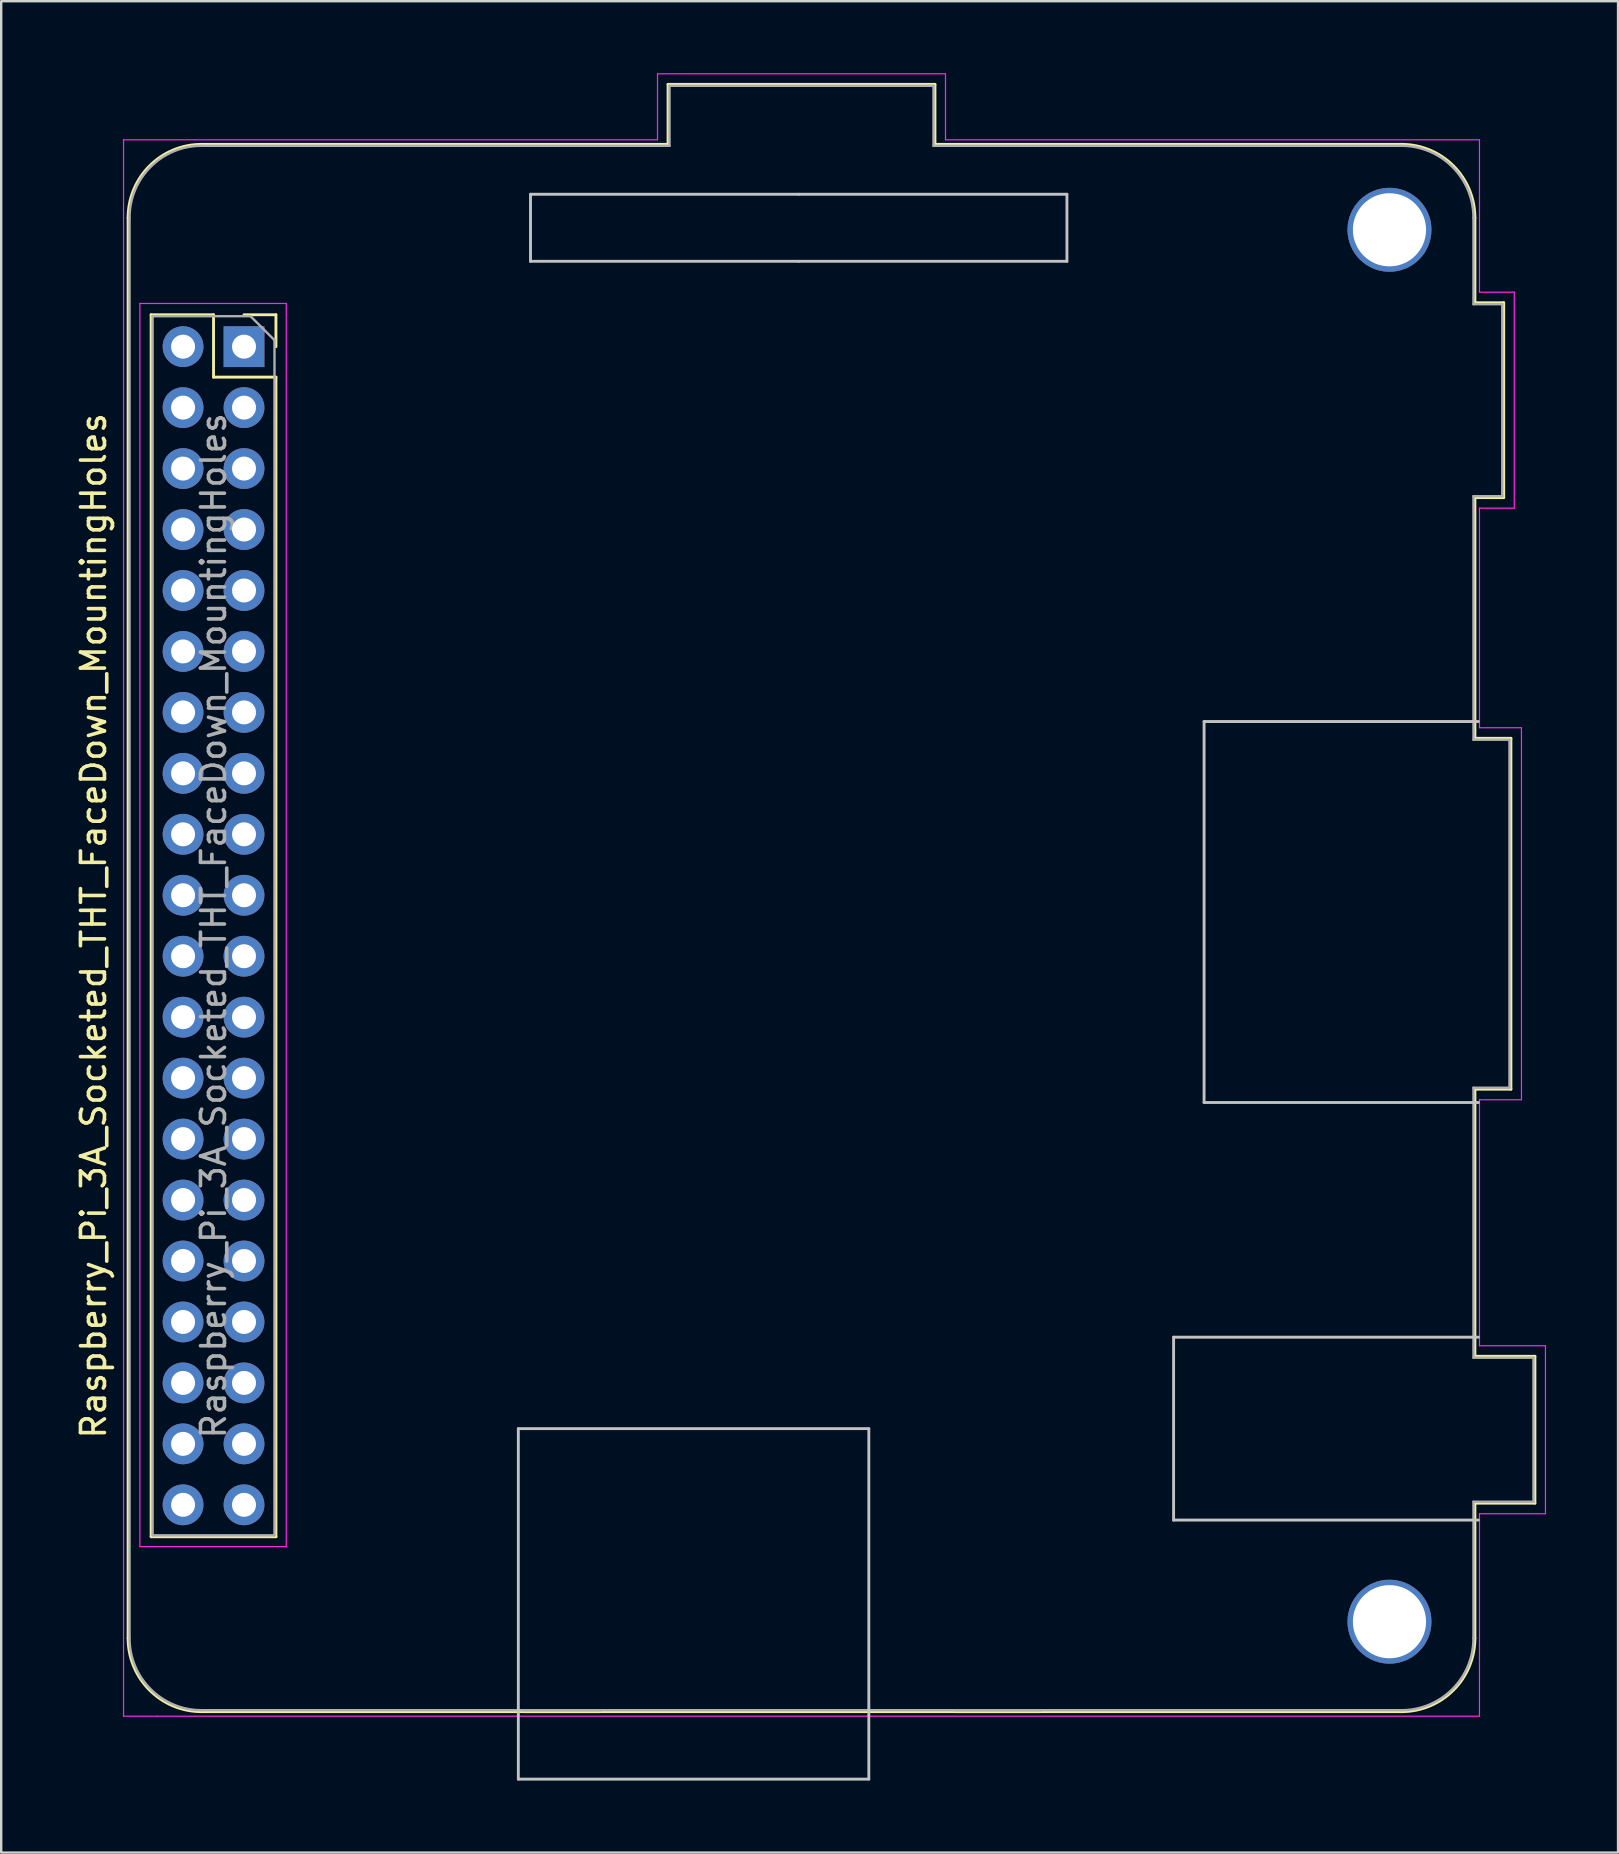
<source format=kicad_pcb>
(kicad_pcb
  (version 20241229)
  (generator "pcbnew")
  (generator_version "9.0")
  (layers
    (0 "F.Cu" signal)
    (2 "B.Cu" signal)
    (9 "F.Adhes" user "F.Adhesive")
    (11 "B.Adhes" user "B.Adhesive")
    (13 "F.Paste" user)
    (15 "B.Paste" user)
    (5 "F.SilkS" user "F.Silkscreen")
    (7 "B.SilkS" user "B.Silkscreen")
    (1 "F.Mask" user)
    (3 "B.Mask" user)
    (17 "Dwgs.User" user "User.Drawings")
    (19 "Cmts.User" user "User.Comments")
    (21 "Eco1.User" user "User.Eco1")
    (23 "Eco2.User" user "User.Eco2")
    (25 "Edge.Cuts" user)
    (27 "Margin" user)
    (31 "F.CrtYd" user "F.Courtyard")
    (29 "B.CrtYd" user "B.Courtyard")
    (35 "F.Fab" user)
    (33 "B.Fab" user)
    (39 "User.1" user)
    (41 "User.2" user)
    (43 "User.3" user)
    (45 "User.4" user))
  (footprint "Raspberry_Pi_3A_Socketed_THT_FaceDown_MountingHoles"
    (layer "F.Cu")
    (at 7.118 11.395)
    (property "Reference" "Raspberry_Pi_3A_Socketed_THT_FaceDown_MountingHoles" (at -6.27 24.13 90) (layer "F.SilkS") (effects (font (size 1 1) (thickness 0.15))))
    (attr through_hole)
    (fp_line (start -4.83 53.818) (end -4.83 -5.37) (stroke (width 0.12) (type solid)) (layer "F.SilkS"))
    (fp_line (start -3.87 -1.33) (end -3.87 49.59) (stroke (width 0.12) (type solid)) (layer "F.SilkS"))
    (fp_line (start -3.87 -1.33) (end -1.27 -1.33) (stroke (width 0.12) (type solid)) (layer "F.SilkS"))
    (fp_line (start -3.87 49.59) (end 1.33 49.59) (stroke (width 0.12) (type solid)) (layer "F.SilkS"))
    (fp_line (start -1.77 -8.43) (end 17.67 -8.43) (stroke (width 0.12) (type solid)) (layer "F.SilkS"))
    (fp_line (start -1.27 -1.33) (end -1.27 1.27) (stroke (width 0.12) (type solid)) (layer "F.SilkS"))
    (fp_line (start -1.27 1.27) (end 1.33 1.27) (stroke (width 0.12) (type solid)) (layer "F.SilkS"))
    (fp_line (start 0 -1.33) (end 1.33 -1.33) (stroke (width 0.12) (type solid)) (layer "F.SilkS"))
    (fp_line (start 1.33 -1.33) (end 1.33 0) (stroke (width 0.12) (type solid)) (layer "F.SilkS"))
    (fp_line (start 1.33 1.27) (end 1.33 49.59) (stroke (width 0.12) (type solid)) (layer "F.SilkS"))
    (fp_line (start 14.82 56.878) (end 11.64 56.878) (stroke (width 0.12) (type solid)) (layer "F.SilkS"))
    (fp_line (start 17.67 -10.93) (end 17.67 -8.43) (stroke (width 0.12) (type solid)) (layer "F.SilkS"))
    (fp_line (start 28.79 -10.93) (end 17.67 -10.93) (stroke (width 0.12) (type solid)) (layer "F.SilkS"))
    (fp_line (start 28.79 -8.43) (end 28.79 -10.93) (stroke (width 0.12) (type solid)) (layer "F.SilkS"))
    (fp_line (start 33.17 56.878) (end 29.64 56.878) (stroke (width 0.12) (type solid)) (layer "F.SilkS"))
    (fp_line (start 48.23 -8.43) (end 28.79 -8.43) (stroke (width 0.12) (type solid)) (layer "F.SilkS"))
    (fp_line (start 48.23 56.878) (end -1.77 56.878) (stroke (width 0.12) (type solid)) (layer "F.SilkS"))
    (fp_line (start 51.29 -5.37) (end 51.29 -1.83) (stroke (width 0.12) (type solid)) (layer "F.SilkS"))
    (fp_line (start 51.29 -1.83) (end 52.49 -1.83) (stroke (width 0.12) (type solid)) (layer "F.SilkS"))
    (fp_line (start 51.29 6.29) (end 51.29 16.32) (stroke (width 0.12) (type solid)) (layer "F.SilkS"))
    (fp_line (start 51.29 16.32) (end 52.79 16.32) (stroke (width 0.12) (type solid)) (layer "F.SilkS"))
    (fp_line (start 51.29 30.94) (end 51.29 42.07) (stroke (width 0.12) (type solid)) (layer "F.SilkS"))
    (fp_line (start 51.29 42.07) (end 53.79 42.07) (stroke (width 0.12) (type solid)) (layer "F.SilkS"))
    (fp_line (start 51.29 48.19) (end 51.29 53.818) (stroke (width 0.12) (type solid)) (layer "F.SilkS"))
    (fp_line (start 52.49 -1.83) (end 52.49 6.29) (stroke (width 0.12) (type solid)) (layer "F.SilkS"))
    (fp_line (start 52.49 6.29) (end 51.29 6.29) (stroke (width 0.12) (type solid)) (layer "F.SilkS"))
    (fp_line (start 52.79 16.32) (end 52.79 30.94) (stroke (width 0.12) (type solid)) (layer "F.SilkS"))
    (fp_line (start 52.79 30.94) (end 51.29 30.94) (stroke (width 0.12) (type solid)) (layer "F.SilkS"))
    (fp_line (start 53.79 42.07) (end 53.79 48.19) (stroke (width 0.12) (type solid)) (layer "F.SilkS"))
    (fp_line (start 53.79 48.19) (end 51.29 48.19) (stroke (width 0.12) (type solid)) (layer "F.SilkS"))
    (fp_arc (start -4.83 -5.37) (mid -3.933747 -7.533747) (end -1.77 -8.43) (stroke (width 0.12) (type solid)) (layer "F.SilkS"))
    (fp_arc (start -1.77 56.878) (mid -3.933747 55.981747) (end -4.83 53.818) (stroke (width 0.12) (type solid)) (layer "F.SilkS"))
    (fp_arc (start 48.23 -8.43) (mid 50.393747 -7.533747) (end 51.29 -5.37) (stroke (width 0.12) (type solid)) (layer "F.SilkS"))
    (fp_arc (start 51.29 53.818) (mid 50.393747 55.981747) (end 48.23 56.878) (stroke (width 0.12) (type solid)) (layer "F.SilkS"))
    (fp_line (start 11.43 45.085) (end 11.43 59.69) (stroke (width 0.12) (type solid)) (layer "Dwgs.User"))
    (fp_line (start 11.43 59.69) (end 26.035 59.69) (stroke (width 0.12) (type solid)) (layer "Dwgs.User"))
    (fp_line (start 11.938 -6.35) (end 11.938 -3.556) (stroke (width 0.12) (type solid)) (layer "Dwgs.User"))
    (fp_line (start 11.938 -3.556) (end 23.114 -3.556) (stroke (width 0.12) (type solid)) (layer "Dwgs.User"))
    (fp_line (start 23.114 -6.35) (end 11.938 -6.35) (stroke (width 0.12) (type solid)) (layer "Dwgs.User"))
    (fp_line (start 23.114 -3.556) (end 34.29 -3.556) (stroke (width 0.12) (type solid)) (layer "Dwgs.User"))
    (fp_line (start 26.035 45.085) (end 11.43 45.085) (stroke (width 0.12) (type solid)) (layer "Dwgs.User"))
    (fp_line (start 26.035 59.69) (end 26.035 45.085) (stroke (width 0.12) (type solid)) (layer "Dwgs.User"))
    (fp_line (start 34.29 -6.35) (end 23.114 -6.35) (stroke (width 0.12) (type solid)) (layer "Dwgs.User"))
    (fp_line (start 34.29 -3.556) (end 34.29 -6.35) (stroke (width 0.12) (type solid)) (layer "Dwgs.User"))
    (fp_line (start 38.735 41.275) (end 38.735 48.895) (stroke (width 0.12) (type solid)) (layer "Dwgs.User"))
    (fp_line (start 38.735 48.895) (end 51.435 48.895) (stroke (width 0.12) (type solid)) (layer "Dwgs.User"))
    (fp_line (start 40.005 15.621) (end 40.005 31.496) (stroke (width 0.12) (type solid)) (layer "Dwgs.User"))
    (fp_line (start 40.005 31.496) (end 51.435 31.496) (stroke (width 0.12) (type solid)) (layer "Dwgs.User"))
    (fp_line (start 51.435 15.621) (end 40.005 15.621) (stroke (width 0.12) (type solid)) (layer "Dwgs.User"))
    (fp_line (start 51.435 41.275) (end 38.735 41.275) (stroke (width 0.12) (type solid)) (layer "Dwgs.User"))
    (fp_line (start -5.02 -8.62) (end 17.23 -8.62) (stroke (width 0.05) (type solid)) (layer "F.CrtYd"))
    (fp_line (start -5.02 57.068) (end -5.02 -8.62) (stroke (width 0.05) (type solid)) (layer "F.CrtYd"))
    (fp_line (start -4.34 -1.8) (end 1.76 -1.8) (stroke (width 0.05) (type solid)) (layer "F.CrtYd"))
    (fp_line (start -4.34 50) (end -4.34 -1.8) (stroke (width 0.05) (type solid)) (layer "F.CrtYd"))
    (fp_line (start -3.62 57.068) (end -5.02 57.068) (stroke (width 0.05) (type solid)) (layer "F.CrtYd"))
    (fp_line (start 1.76 -1.8) (end 1.76 50) (stroke (width 0.05) (type solid)) (layer "F.CrtYd"))
    (fp_line (start 1.76 50) (end -4.34 50) (stroke (width 0.05) (type solid)) (layer "F.CrtYd"))
    (fp_line (start 17.23 -11.37) (end 29.23 -11.37) (stroke (width 0.05) (type solid)) (layer "F.CrtYd"))
    (fp_line (start 17.23 -8.62) (end 17.23 -11.37) (stroke (width 0.05) (type solid)) (layer "F.CrtYd"))
    (fp_line (start 29.23 -11.37) (end 29.23 -8.62) (stroke (width 0.05) (type solid)) (layer "F.CrtYd"))
    (fp_line (start 29.23 -8.62) (end 51.48 -8.62) (stroke (width 0.05) (type solid)) (layer "F.CrtYd"))
    (fp_line (start 51.48 -8.62) (end 51.48 -2.27) (stroke (width 0.05) (type solid)) (layer "F.CrtYd"))
    (fp_line (start 51.48 -2.27) (end 52.93 -2.27) (stroke (width 0.05) (type solid)) (layer "F.CrtYd"))
    (fp_line (start 51.48 6.73) (end 51.48 15.88) (stroke (width 0.05) (type solid)) (layer "F.CrtYd"))
    (fp_line (start 51.48 15.88) (end 53.23 15.88) (stroke (width 0.05) (type solid)) (layer "F.CrtYd"))
    (fp_line (start 51.48 31.38) (end 51.48 41.63) (stroke (width 0.05) (type solid)) (layer "F.CrtYd"))
    (fp_line (start 51.48 41.63) (end 54.23 41.63) (stroke (width 0.05) (type solid)) (layer "F.CrtYd"))
    (fp_line (start 51.48 48.63) (end 51.48 57.068) (stroke (width 0.05) (type solid)) (layer "F.CrtYd"))
    (fp_line (start 51.48 57.068) (end -3.62 57.068) (stroke (width 0.05) (type solid)) (layer "F.CrtYd"))
    (fp_line (start 52.93 -2.27) (end 52.93 6.73) (stroke (width 0.05) (type solid)) (layer "F.CrtYd"))
    (fp_line (start 52.93 6.73) (end 51.48 6.73) (stroke (width 0.05) (type solid)) (layer "F.CrtYd"))
    (fp_line (start 53.23 15.88) (end 53.23 31.38) (stroke (width 0.05) (type solid)) (layer "F.CrtYd"))
    (fp_line (start 53.23 31.38) (end 51.48 31.38) (stroke (width 0.05) (type solid)) (layer "F.CrtYd"))
    (fp_line (start 54.23 41.63) (end 54.23 48.63) (stroke (width 0.05) (type solid)) (layer "F.CrtYd"))
    (fp_line (start 54.23 48.63) (end 51.48 48.63) (stroke (width 0.05) (type solid)) (layer "F.CrtYd"))
    (fp_line (start -4.77 53.818) (end -4.77 -5.37) (stroke (width 0.1) (type solid)) (layer "F.Fab"))
    (fp_line (start -3.81 -1.27) (end 0.27 -1.27) (stroke (width 0.1) (type solid)) (layer "F.Fab"))
    (fp_line (start -3.81 49.53) (end -3.81 -1.27) (stroke (width 0.1) (type solid)) (layer "F.Fab"))
    (fp_line (start -1.77 -8.37) (end 17.73 -8.37) (stroke (width 0.1) (type solid)) (layer "F.Fab"))
    (fp_line (start -1.77 56.818) (end 48.23 56.818) (stroke (width 0.1) (type solid)) (layer "F.Fab"))
    (fp_line (start 0.27 -1.27) (end 1.27 -0.27) (stroke (width 0.1) (type solid)) (layer "F.Fab"))
    (fp_line (start 1.27 -0.27) (end 1.27 49.53) (stroke (width 0.1) (type solid)) (layer "F.Fab"))
    (fp_line (start 1.27 49.53) (end -3.81 49.53) (stroke (width 0.1) (type solid)) (layer "F.Fab"))
    (fp_line (start 11.58 56.818) (end 14.88 56.818) (stroke (width 0.1) (type solid)) (layer "F.Fab"))
    (fp_line (start 17.73 -10.87) (end 17.73 -8.37) (stroke (width 0.1) (type solid)) (layer "F.Fab"))
    (fp_line (start 28.73 -10.87) (end 17.73 -10.87) (stroke (width 0.1) (type solid)) (layer "F.Fab"))
    (fp_line (start 28.73 -8.37) (end 28.73 -10.87) (stroke (width 0.1) (type solid)) (layer "F.Fab"))
    (fp_line (start 29.58 56.818) (end 33.23 56.818) (stroke (width 0.1) (type solid)) (layer "F.Fab"))
    (fp_line (start 48.23 -8.37) (end 28.73 -8.37) (stroke (width 0.1) (type solid)) (layer "F.Fab"))
    (fp_line (start 51.23 -5.37) (end 51.23 -1.77) (stroke (width 0.1) (type solid)) (layer "F.Fab"))
    (fp_line (start 51.23 -1.77) (end 52.43 -1.77) (stroke (width 0.1) (type solid)) (layer "F.Fab"))
    (fp_line (start 51.23 6.23) (end 51.23 16.38) (stroke (width 0.1) (type solid)) (layer "F.Fab"))
    (fp_line (start 51.23 16.38) (end 52.73 16.38) (stroke (width 0.1) (type solid)) (layer "F.Fab"))
    (fp_line (start 51.23 30.88) (end 51.23 42.13) (stroke (width 0.1) (type solid)) (layer "F.Fab"))
    (fp_line (start 51.23 42.13) (end 53.73 42.13) (stroke (width 0.1) (type solid)) (layer "F.Fab"))
    (fp_line (start 51.23 48.13) (end 51.23 53.818) (stroke (width 0.1) (type solid)) (layer "F.Fab"))
    (fp_line (start 52.43 -1.77) (end 52.43 6.23) (stroke (width 0.1) (type solid)) (layer "F.Fab"))
    (fp_line (start 52.43 6.23) (end 51.23 6.23) (stroke (width 0.1) (type solid)) (layer "F.Fab"))
    (fp_line (start 52.73 16.38) (end 52.73 30.88) (stroke (width 0.1) (type solid)) (layer "F.Fab"))
    (fp_line (start 52.73 30.88) (end 51.23 30.88) (stroke (width 0.1) (type solid)) (layer "F.Fab"))
    (fp_line (start 53.73 42.13) (end 53.73 48.13) (stroke (width 0.1) (type solid)) (layer "F.Fab"))
    (fp_line (start 53.73 48.13) (end 51.23 48.13) (stroke (width 0.1) (type solid)) (layer "F.Fab"))
    (fp_arc (start -4.77 -5.37) (mid -3.89132 -7.49132) (end -1.77 -8.37) (stroke (width 0.1) (type solid)) (layer "F.Fab"))
    (fp_arc (start -1.77 56.818) (mid -3.89132 55.93932) (end -4.77 53.818) (stroke (width 0.1) (type solid)) (layer "F.Fab"))
    (fp_arc (start 48.23 -8.37) (mid 50.35132 -7.49132) (end 51.23 -5.37) (stroke (width 0.1) (type solid)) (layer "F.Fab"))
    (fp_arc (start 51.23 53.818) (mid 50.35132 55.93932) (end 48.23 56.818) (stroke (width 0.1) (type solid)) (layer "F.Fab"))
    (fp_text user "${REFERENCE}" (at -1.27 24.13 90) (layer "F.Fab") (effects (font (size 1 1) (thickness 0.15))))
    (pad "" np_thru_hole circle (at 47.73 -4.87 90) (size 3.5 3.5) (drill 3.048) (layers "*.Cu" "*.Mask"))
    (pad "" np_thru_hole circle (at 47.73 53.13 90) (size 3.5 3.5) (drill 3.048) (layers "*.Cu" "*.Mask"))
    (pad "1" thru_hole rect (at 0 0) (size 1.7 1.7) (drill 1) (layers "*.Cu" "*.Mask"))
    (pad "2" thru_hole oval (at -2.54 0) (size 1.7 1.7) (drill 1) (layers "*.Cu" "*.Mask"))
    (pad "3" thru_hole oval (at 0 2.54) (size 1.7 1.7) (drill 1) (layers "*.Cu" "*.Mask"))
    (pad "4" thru_hole oval (at -2.54 2.54) (size 1.7 1.7) (drill 1) (layers "*.Cu" "*.Mask"))
    (pad "5" thru_hole oval (at 0 5.08) (size 1.7 1.7) (drill 1) (layers "*.Cu" "*.Mask"))
    (pad "6" thru_hole oval (at -2.54 5.08) (size 1.7 1.7) (drill 1) (layers "*.Cu" "*.Mask"))
    (pad "7" thru_hole oval (at 0 7.62) (size 1.7 1.7) (drill 1) (layers "*.Cu" "*.Mask"))
    (pad "8" thru_hole oval (at -2.54 7.62) (size 1.7 1.7) (drill 1) (layers "*.Cu" "*.Mask"))
    (pad "9" thru_hole oval (at 0 10.16) (size 1.7 1.7) (drill 1) (layers "*.Cu" "*.Mask"))
    (pad "10" thru_hole oval (at -2.54 10.16) (size 1.7 1.7) (drill 1) (layers "*.Cu" "*.Mask"))
    (pad "11" thru_hole oval (at 0 12.7) (size 1.7 1.7) (drill 1) (layers "*.Cu" "*.Mask"))
    (pad "12" thru_hole oval (at -2.54 12.7) (size 1.7 1.7) (drill 1) (layers "*.Cu" "*.Mask"))
    (pad "13" thru_hole oval (at 0 15.24) (size 1.7 1.7) (drill 1) (layers "*.Cu" "*.Mask"))
    (pad "14" thru_hole oval (at -2.54 15.24) (size 1.7 1.7) (drill 1) (layers "*.Cu" "*.Mask"))
    (pad "15" thru_hole oval (at 0 17.78) (size 1.7 1.7) (drill 1) (layers "*.Cu" "*.Mask"))
    (pad "16" thru_hole oval (at -2.54 17.78) (size 1.7 1.7) (drill 1) (layers "*.Cu" "*.Mask"))
    (pad "17" thru_hole oval (at 0 20.32) (size 1.7 1.7) (drill 1) (layers "*.Cu" "*.Mask"))
    (pad "18" thru_hole oval (at -2.54 20.32) (size 1.7 1.7) (drill 1) (layers "*.Cu" "*.Mask"))
    (pad "19" thru_hole oval (at 0 22.86) (size 1.7 1.7) (drill 1) (layers "*.Cu" "*.Mask"))
    (pad "20" thru_hole oval (at -2.54 22.86) (size 1.7 1.7) (drill 1) (layers "*.Cu" "*.Mask"))
    (pad "21" thru_hole oval (at 0 25.4) (size 1.7 1.7) (drill 1) (layers "*.Cu" "*.Mask"))
    (pad "22" thru_hole oval (at -2.54 25.4) (size 1.7 1.7) (drill 1) (layers "*.Cu" "*.Mask"))
    (pad "23" thru_hole oval (at 0 27.94) (size 1.7 1.7) (drill 1) (layers "*.Cu" "*.Mask"))
    (pad "24" thru_hole oval (at -2.54 27.94) (size 1.7 1.7) (drill 1) (layers "*.Cu" "*.Mask"))
    (pad "25" thru_hole oval (at 0 30.48) (size 1.7 1.7) (drill 1) (layers "*.Cu" "*.Mask"))
    (pad "26" thru_hole oval (at -2.54 30.48) (size 1.7 1.7) (drill 1) (layers "*.Cu" "*.Mask"))
    (pad "27" thru_hole oval (at 0 33.02) (size 1.7 1.7) (drill 1) (layers "*.Cu" "*.Mask"))
    (pad "28" thru_hole oval (at -2.54 33.02) (size 1.7 1.7) (drill 1) (layers "*.Cu" "*.Mask"))
    (pad "29" thru_hole oval (at 0 35.56) (size 1.7 1.7) (drill 1) (layers "*.Cu" "*.Mask"))
    (pad "30" thru_hole oval (at -2.54 35.56) (size 1.7 1.7) (drill 1) (layers "*.Cu" "*.Mask"))
    (pad "31" thru_hole oval (at 0 38.1) (size 1.7 1.7) (drill 1) (layers "*.Cu" "*.Mask"))
    (pad "32" thru_hole oval (at -2.54 38.1) (size 1.7 1.7) (drill 1) (layers "*.Cu" "*.Mask"))
    (pad "33" thru_hole oval (at 0 40.64) (size 1.7 1.7) (drill 1) (layers "*.Cu" "*.Mask"))
    (pad "34" thru_hole oval (at -2.54 40.64) (size 1.7 1.7) (drill 1) (layers "*.Cu" "*.Mask"))
    (pad "35" thru_hole oval (at 0 43.18) (size 1.7 1.7) (drill 1) (layers "*.Cu" "*.Mask"))
    (pad "36" thru_hole oval (at -2.54 43.18) (size 1.7 1.7) (drill 1) (layers "*.Cu" "*.Mask"))
    (pad "37" thru_hole oval (at 0 45.72) (size 1.7 1.7) (drill 1) (layers "*.Cu" "*.Mask"))
    (pad "38" thru_hole oval (at -2.54 45.72) (size 1.7 1.7) (drill 1) (layers "*.Cu" "*.Mask"))
    (pad "39" thru_hole oval (at 0 48.26) (size 1.7 1.7) (drill 1) (layers "*.Cu" "*.Mask"))
    (pad "40" thru_hole oval (at -2.54 48.26) (size 1.7 1.7) (drill 1) (layers "*.Cu" "*.Mask")))
  (gr_rect
    (start -3 -3)
    (end 64.373 74.145)
    (stroke (width 0.1) (type default))
    (fill no)
    (layer "Edge.Cuts")))
</source>
